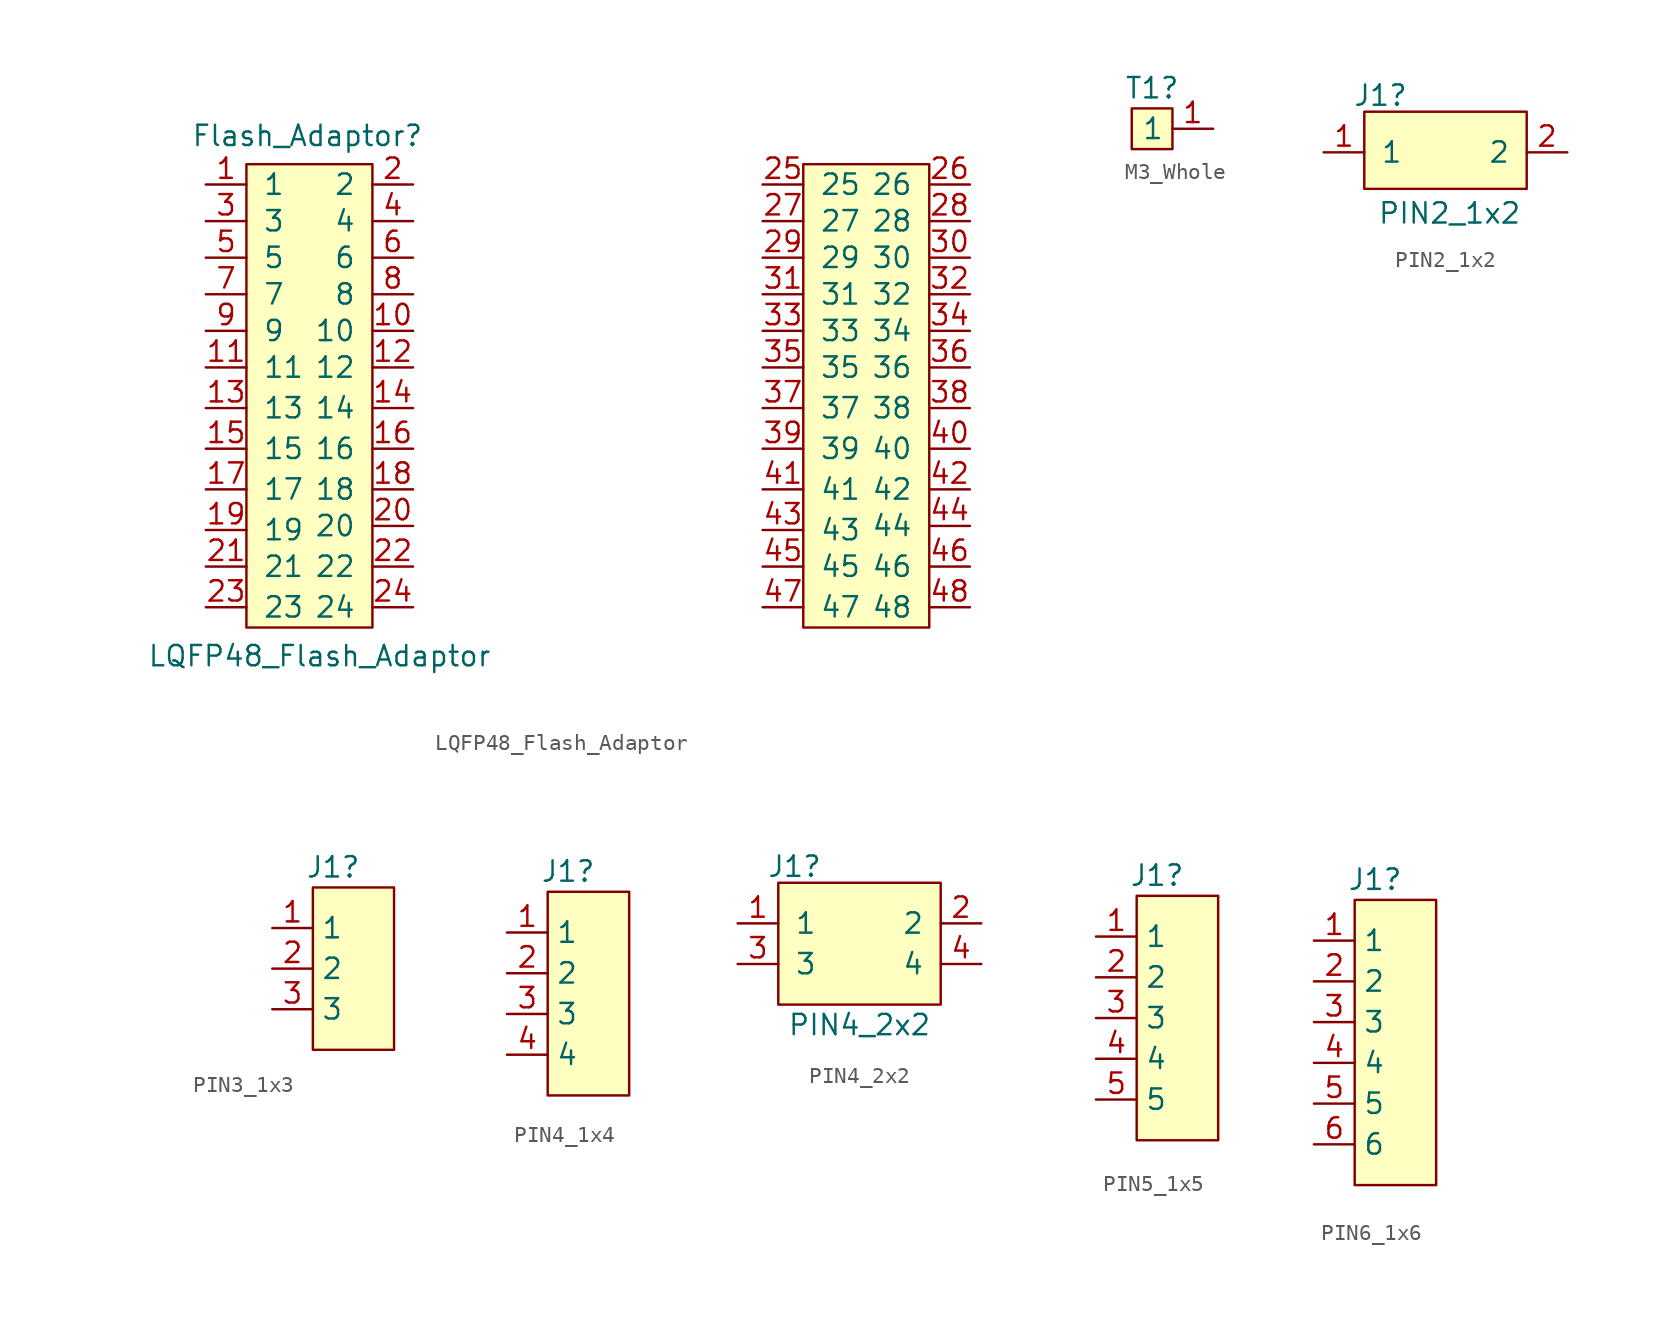
<source format=kicad_sym>
(kicad_symbol_lib
  (version 20220914)
  (generator kicad_symbol_editor)
  (symbol "LQFP48_Flash_Adaptor"
    (pin_names
      (offset 1.016))
    (property "Reference" "Flash_Adaptor"
      (at -17.526 15.748 0)
      (effects (font (size 1.27 1.27))))
    (property "Value" "LQFP48_Flash_Adaptor"
      (at -16.764 -16.764 0)
      (effects (font (size 1.27 1.27))))
    (symbol "LQFP48_Flash_Adaptor_0_1"
      (rectangle (start -21.336 13.97) (end -13.462 -14.986) (stroke (width 0) (type default)) (fill (type background))))
    (symbol "LQFP48_Flash_Adaptor_1_1"
      (rectangle (start 13.462 13.97) (end 21.336 -14.986) (stroke (width 0) (type default)) (fill (type background)))
      (pin passive line (at -23.876 12.7 0) (length 2.54) (name "1" (effects (font (size 1.27 1.27)))) (number "1" (effects (font (size 1.27 1.27)))))
      (pin passive line (at -10.922 3.556 180) (length 2.54) (name "10" (effects (font (size 1.27 1.27)))) (number "10" (effects (font (size 1.27 1.27)))))
      (pin passive line (at -23.876 1.27 0) (length 2.54) (name "11" (effects (font (size 1.27 1.27)))) (number "11" (effects (font (size 1.27 1.27)))))
      (pin passive line (at -10.922 1.27 180) (length 2.54) (name "12" (effects (font (size 1.27 1.27)))) (number "12" (effects (font (size 1.27 1.27)))))
      (pin passive line (at -23.876 -1.27 0) (length 2.54) (name "13" (effects (font (size 1.27 1.27)))) (number "13" (effects (font (size 1.27 1.27)))))
      (pin passive line (at -10.922 -1.27 180) (length 2.54) (name "14" (effects (font (size 1.27 1.27)))) (number "14" (effects (font (size 1.27 1.27)))))
      (pin passive line (at -23.876 -3.81 0) (length 2.54) (name "15" (effects (font (size 1.27 1.27)))) (number "15" (effects (font (size 1.27 1.27)))))
      (pin passive line (at -10.922 -3.81 180) (length 2.54) (name "16" (effects (font (size 1.27 1.27)))) (number "16" (effects (font (size 1.27 1.27)))))
      (pin passive line (at -23.876 -6.35 0) (length 2.54) (name "17" (effects (font (size 1.27 1.27)))) (number "17" (effects (font (size 1.27 1.27)))))
      (pin passive line (at -10.922 -6.35 180) (length 2.54) (name "18" (effects (font (size 1.27 1.27)))) (number "18" (effects (font (size 1.27 1.27)))))
      (pin passive line (at -23.876 -8.89 0) (length 2.54) (name "19" (effects (font (size 1.27 1.27)))) (number "19" (effects (font (size 1.27 1.27)))))
      (pin passive line (at -10.922 12.7 180) (length 2.54) (name "2" (effects (font (size 1.27 1.27)))) (number "2" (effects (font (size 1.27 1.27)))))
      (pin passive line (at -10.922 -8.636 180) (length 2.54) (name "20" (effects (font (size 1.27 1.27)))) (number "20" (effects (font (size 1.27 1.27)))))
      (pin passive line (at -23.876 -11.176 0) (length 2.54) (name "21" (effects (font (size 1.27 1.27)))) (number "21" (effects (font (size 1.27 1.27)))))
      (pin passive line (at -10.922 -11.176 180) (length 2.54) (name "22" (effects (font (size 1.27 1.27)))) (number "22" (effects (font (size 1.27 1.27)))))
      (pin passive line (at -23.876 -13.716 0) (length 2.54) (name "23" (effects (font (size 1.27 1.27)))) (number "23" (effects (font (size 1.27 1.27)))))
      (pin passive line (at -10.922 -13.716 180) (length 2.54) (name "24" (effects (font (size 1.27 1.27)))) (number "24" (effects (font (size 1.27 1.27)))))
      (pin passive line (at 10.922 12.7 0) (length 2.54) (name "25" (effects (font (size 1.27 1.27)))) (number "25" (effects (font (size 1.27 1.27)))))
      (pin passive line (at 23.876 12.7 180) (length 2.54) (name "26" (effects (font (size 1.27 1.27)))) (number "26" (effects (font (size 1.27 1.27)))))
      (pin passive line (at 10.922 10.414 0) (length 2.54) (name "27" (effects (font (size 1.27 1.27)))) (number "27" (effects (font (size 1.27 1.27)))))
      (pin passive line (at 23.876 10.414 180) (length 2.54) (name "28" (effects (font (size 1.27 1.27)))) (number "28" (effects (font (size 1.27 1.27)))))
      (pin passive line (at 10.922 8.128 0) (length 2.54) (name "29" (effects (font (size 1.27 1.27)))) (number "29" (effects (font (size 1.27 1.27)))))
      (pin passive line (at -23.876 10.414 0) (length 2.54) (name "3" (effects (font (size 1.27 1.27)))) (number "3" (effects (font (size 1.27 1.27)))))
      (pin passive line (at 23.876 8.128 180) (length 2.54) (name "30" (effects (font (size 1.27 1.27)))) (number "30" (effects (font (size 1.27 1.27)))))
      (pin passive line (at 10.922 5.842 0) (length 2.54) (name "31" (effects (font (size 1.27 1.27)))) (number "31" (effects (font (size 1.27 1.27)))))
      (pin passive line (at 23.876 5.842 180) (length 2.54) (name "32" (effects (font (size 1.27 1.27)))) (number "32" (effects (font (size 1.27 1.27)))))
      (pin passive line (at 10.922 3.556 0) (length 2.54) (name "33" (effects (font (size 1.27 1.27)))) (number "33" (effects (font (size 1.27 1.27)))))
      (pin passive line (at 23.876 3.556 180) (length 2.54) (name "34" (effects (font (size 1.27 1.27)))) (number "34" (effects (font (size 1.27 1.27)))))
      (pin passive line (at 10.922 1.27 0) (length 2.54) (name "35" (effects (font (size 1.27 1.27)))) (number "35" (effects (font (size 1.27 1.27)))))
      (pin passive line (at 23.876 1.27 180) (length 2.54) (name "36" (effects (font (size 1.27 1.27)))) (number "36" (effects (font (size 1.27 1.27)))))
      (pin passive line (at 10.922 -1.27 0) (length 2.54) (name "37" (effects (font (size 1.27 1.27)))) (number "37" (effects (font (size 1.27 1.27)))))
      (pin passive line (at 23.876 -1.27 180) (length 2.54) (name "38" (effects (font (size 1.27 1.27)))) (number "38" (effects (font (size 1.27 1.27)))))
      (pin passive line (at 10.922 -3.81 0) (length 2.54) (name "39" (effects (font (size 1.27 1.27)))) (number "39" (effects (font (size 1.27 1.27)))))
      (pin passive line (at -10.922 10.414 180) (length 2.54) (name "4" (effects (font (size 1.27 1.27)))) (number "4" (effects (font (size 1.27 1.27)))))
      (pin passive line (at 23.876 -3.81 180) (length 2.54) (name "40" (effects (font (size 1.27 1.27)))) (number "40" (effects (font (size 1.27 1.27)))))
      (pin passive line (at 10.922 -6.35 0) (length 2.54) (name "41" (effects (font (size 1.27 1.27)))) (number "41" (effects (font (size 1.27 1.27)))))
      (pin passive line (at 23.876 -6.35 180) (length 2.54) (name "42" (effects (font (size 1.27 1.27)))) (number "42" (effects (font (size 1.27 1.27)))))
      (pin passive line (at 10.922 -8.89 0) (length 2.54) (name "43" (effects (font (size 1.27 1.27)))) (number "43" (effects (font (size 1.27 1.27)))))
      (pin passive line (at 23.876 -8.636 180) (length 2.54) (name "44" (effects (font (size 1.27 1.27)))) (number "44" (effects (font (size 1.27 1.27)))))
      (pin passive line (at 10.922 -11.176 0) (length 2.54) (name "45" (effects (font (size 1.27 1.27)))) (number "45" (effects (font (size 1.27 1.27)))))
      (pin passive line (at 23.876 -11.176 180) (length 2.54) (name "46" (effects (font (size 1.27 1.27)))) (number "46" (effects (font (size 1.27 1.27)))))
      (pin passive line (at 10.922 -13.716 0) (length 2.54) (name "47" (effects (font (size 1.27 1.27)))) (number "47" (effects (font (size 1.27 1.27)))))
      (pin passive line (at 23.876 -13.716 180) (length 2.54) (name "48" (effects (font (size 1.27 1.27)))) (number "48" (effects (font (size 1.27 1.27)))))
      (pin passive line (at -23.876 8.128 0) (length 2.54) (name "5" (effects (font (size 1.27 1.27)))) (number "5" (effects (font (size 1.27 1.27)))))
      (pin passive line (at -10.922 8.128 180) (length 2.54) (name "6" (effects (font (size 1.27 1.27)))) (number "6" (effects (font (size 1.27 1.27)))))
      (pin passive line (at -23.876 5.842 0) (length 2.54) (name "7" (effects (font (size 1.27 1.27)))) (number "7" (effects (font (size 1.27 1.27)))))
      (pin passive line (at -10.922 5.842 180) (length 2.54) (name "8" (effects (font (size 1.27 1.27)))) (number "8" (effects (font (size 1.27 1.27)))))
      (pin passive line (at -23.876 3.556 0) (length 2.54) (name "9" (effects (font (size 1.27 1.27)))) (number "9" (effects (font (size 1.27 1.27)))))))
  (symbol "M3_Whole"
    (property "Reference" "T1"
      (at 0 2.54 0)
      (effects (font (size 1.27 1.27))))
    (property "Value" ""
      (at 0 0 0)
      (effects (font (size 1.27 1.27))))
    (symbol "M3_Whole_1_1"
      (rectangle (start -1.27 1.27) (end 1.27 -1.27) (stroke (width 0) (type default)) (fill (type background)))
      (pin input line (at 3.81 0 180) (length 2.54) (name "1" (effects (font (size 1.27 1.27)))) (number "1" (effects (font (size 1.27 1.27)))))))
  (symbol "PIN2_1x2"
    (pin_names
      (offset 1.016))
    (property "Reference" "J1"
      (at -4.064 3.556 0)
      (effects (font (size 1.27 1.27))))
    (property "Value" "PIN2_1x2"
      (at 0.254 -3.81 0)
      (effects (font (size 1.27 1.27))))
    (symbol "PIN2_1x2_1_1"
      (rectangle (start -5.08 2.54) (end 5.08 -2.286) (stroke (width 0) (type default)) (fill (type background)))
      (pin input line (at -7.62 0 0) (length 2.54) (name "1" (effects (font (size 1.27 1.27)))) (number "1" (effects (font (size 1.27 1.27)))))
      (pin input line (at 7.62 0 180) (length 2.54) (name "2" (effects (font (size 1.27 1.27)))) (number "2" (effects (font (size 1.27 1.27)))))))
  (symbol "PIN3_1x3"
    (property "Reference" "J1"
      (at 1.27 6.35 0)
      (effects (font (size 1.27 1.27))))
    (property "Value" ""
      (at -13.462 0 0)
      (effects (font (size 1.27 1.27))))
    (symbol "PIN3_1x3_1_1"
      (rectangle (start 0 5.08) (end 5.08 -5.08) (stroke (width 0) (type default)) (fill (type background)))
      (pin input line (at -2.54 2.54 0) (length 2.54) (name "1" (effects (font (size 1.27 1.27)))) (number "1" (effects (font (size 1.27 1.27)))))
      (pin input line (at -2.54 0 0) (length 2.54) (name "2" (effects (font (size 1.27 1.27)))) (number "2" (effects (font (size 1.27 1.27)))))
      (pin input line (at -2.54 -2.54 0) (length 2.54) (name "3" (effects (font (size 1.27 1.27)))) (number "3" (effects (font (size 1.27 1.27)))))))
  (symbol "PIN4_1x4"
    (property "Reference" "J1"
      (at 1.27 7.62 0)
      (effects (font (size 1.27 1.27))))
    (property "Value" ""
      (at 0 0 0)
      (effects (font (size 1.27 1.27))))
    (symbol "PIN4_1x4_1_1"
      (rectangle (start 0 6.35) (end 5.08 -6.35) (stroke (width 0) (type default)) (fill (type background)))
      (pin input line (at -2.54 3.81 0) (length 2.54) (name "1" (effects (font (size 1.27 1.27)))) (number "1" (effects (font (size 1.27 1.27)))))
      (pin input line (at -2.54 1.27 0) (length 2.54) (name "2" (effects (font (size 1.27 1.27)))) (number "2" (effects (font (size 1.27 1.27)))))
      (pin input line (at -2.54 -1.27 0) (length 2.54) (name "3" (effects (font (size 1.27 1.27)))) (number "3" (effects (font (size 1.27 1.27)))))
      (pin input line (at -2.54 -3.81 0) (length 2.54) (name "4" (effects (font (size 1.27 1.27)))) (number "4" (effects (font (size 1.27 1.27)))))))
  (symbol "PIN4_2x2"
    (pin_names
      (offset 1.016))
    (property "Reference" "J1"
      (at -4.064 4.826 0)
      (effects (font (size 1.27 1.27))))
    (property "Value" "PIN4_2x2"
      (at 0 -5.08 0)
      (effects (font (size 1.27 1.27))))
    (symbol "PIN4_2x2_1_1"
      (rectangle (start -5.08 3.81) (end 5.08 -3.81) (stroke (width 0) (type default)) (fill (type background)))
      (pin input line (at -7.62 1.27 0) (length 2.54) (name "1" (effects (font (size 1.27 1.27)))) (number "1" (effects (font (size 1.27 1.27)))))
      (pin input line (at 7.62 1.27 180) (length 2.54) (name "2" (effects (font (size 1.27 1.27)))) (number "2" (effects (font (size 1.27 1.27)))))
      (pin input line (at -7.62 -1.27 0) (length 2.54) (name "3" (effects (font (size 1.27 1.27)))) (number "3" (effects (font (size 1.27 1.27)))))
      (pin input line (at 7.62 -1.27 180) (length 2.54) (name "4" (effects (font (size 1.27 1.27)))) (number "4" (effects (font (size 1.27 1.27)))))))
  (symbol "PIN5_1x5"
    (property "Reference" "J1"
      (at 1.27 8.89 0)
      (effects (font (size 1.27 1.27))))
    (property "Value" ""
      (at -2.54 0 0)
      (effects (font (size 1.27 1.27))))
    (symbol "PIN5_1x5_1_1"
      (rectangle (start 0 7.62) (end 5.08 -7.62) (stroke (width 0) (type default)) (fill (type background)))
      (pin input line (at -2.54 5.08 0) (length 2.54) (name "1" (effects (font (size 1.27 1.27)))) (number "1" (effects (font (size 1.27 1.27)))))
      (pin input line (at -2.54 2.54 0) (length 2.54) (name "2" (effects (font (size 1.27 1.27)))) (number "2" (effects (font (size 1.27 1.27)))))
      (pin input line (at -2.54 0 0) (length 2.54) (name "3" (effects (font (size 1.27 1.27)))) (number "3" (effects (font (size 1.27 1.27)))))
      (pin input line (at -2.54 -2.54 0) (length 2.54) (name "4" (effects (font (size 1.27 1.27)))) (number "4" (effects (font (size 1.27 1.27)))))
      (pin input line (at -2.54 -5.08 0) (length 2.54) (name "5" (effects (font (size 1.27 1.27)))) (number "5" (effects (font (size 1.27 1.27)))))))
  (symbol "PIN6_1x6"
    (property "Reference" "J1"
      (at 1.27 10.16 0)
      (effects (font (size 1.27 1.27))))
    (property "Value" ""
      (at 0 0 0)
      (effects (font (size 1.27 1.27))))
    (symbol "PIN6_1x6_1_1"
      (rectangle (start 0 8.89) (end 5.08 -8.89) (stroke (width 0) (type default)) (fill (type background)))
      (pin input line (at -2.54 6.35 0) (length 2.54) (name "1" (effects (font (size 1.27 1.27)))) (number "1" (effects (font (size 1.27 1.27)))))
      (pin input line (at -2.54 3.81 0) (length 2.54) (name "2" (effects (font (size 1.27 1.27)))) (number "2" (effects (font (size 1.27 1.27)))))
      (pin input line (at -2.54 1.27 0) (length 2.54) (name "3" (effects (font (size 1.27 1.27)))) (number "3" (effects (font (size 1.27 1.27)))))
      (pin input line (at -2.54 -1.27 0) (length 2.54) (name "4" (effects (font (size 1.27 1.27)))) (number "4" (effects (font (size 1.27 1.27)))))
      (pin input line (at -2.54 -3.81 0) (length 2.54) (name "5" (effects (font (size 1.27 1.27)))) (number "5" (effects (font (size 1.27 1.27)))))
      (pin input line (at -2.54 -6.35 0) (length 2.54) (name "6" (effects (font (size 1.27 1.27)))) (number "6" (effects (font (size 1.27 1.27))))))))
</source>
